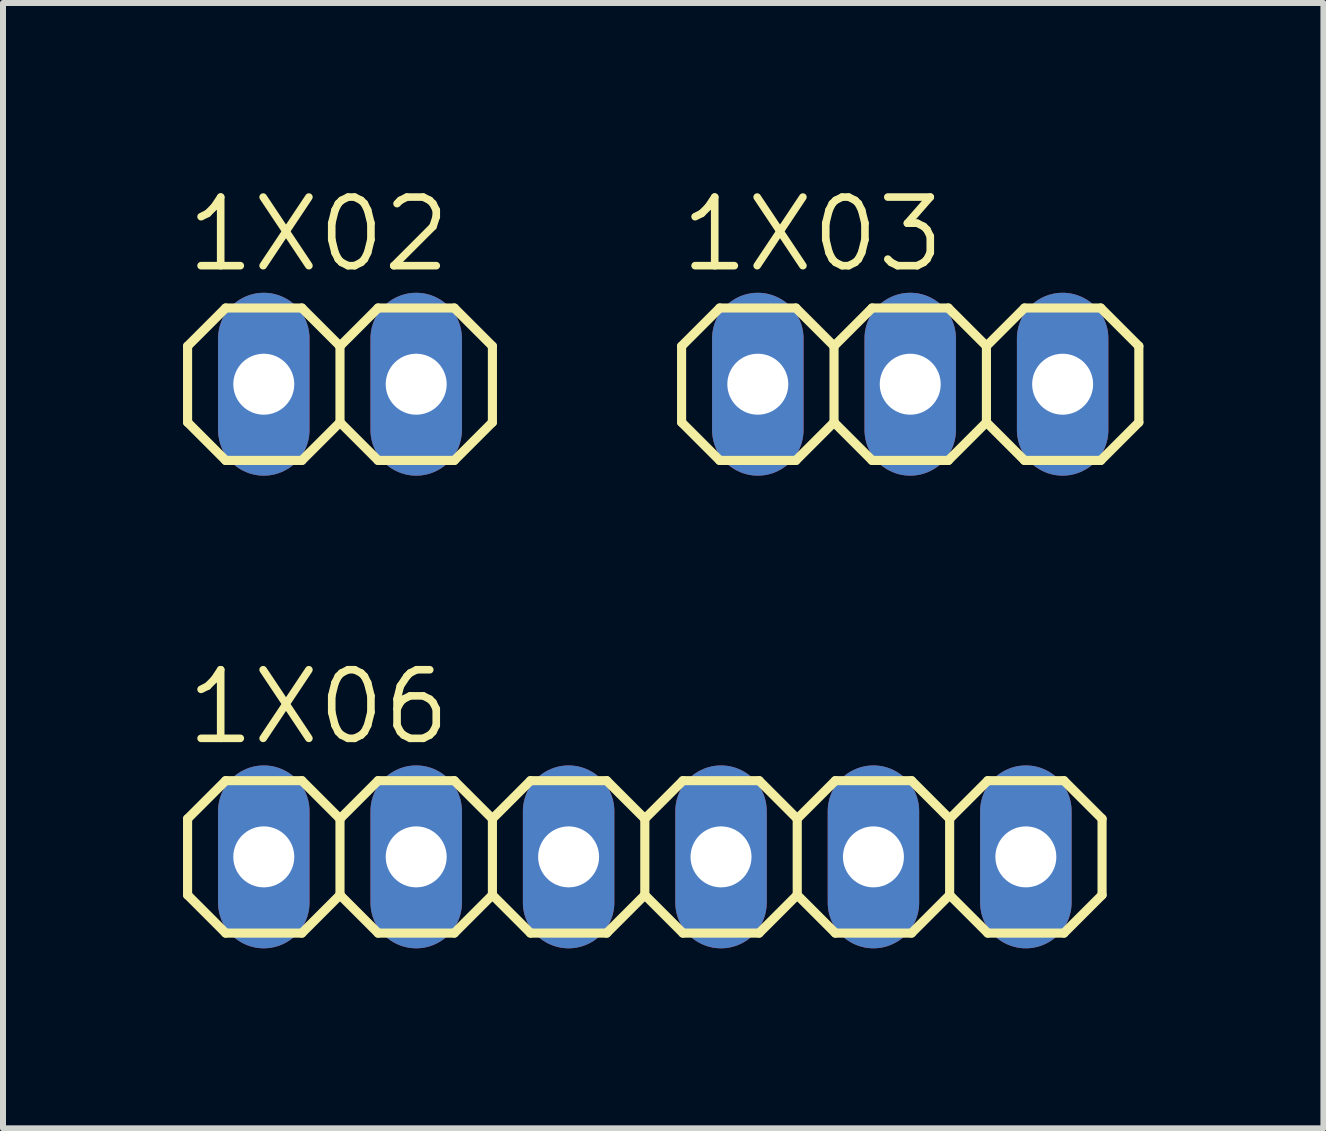
<source format=kicad_pcb>
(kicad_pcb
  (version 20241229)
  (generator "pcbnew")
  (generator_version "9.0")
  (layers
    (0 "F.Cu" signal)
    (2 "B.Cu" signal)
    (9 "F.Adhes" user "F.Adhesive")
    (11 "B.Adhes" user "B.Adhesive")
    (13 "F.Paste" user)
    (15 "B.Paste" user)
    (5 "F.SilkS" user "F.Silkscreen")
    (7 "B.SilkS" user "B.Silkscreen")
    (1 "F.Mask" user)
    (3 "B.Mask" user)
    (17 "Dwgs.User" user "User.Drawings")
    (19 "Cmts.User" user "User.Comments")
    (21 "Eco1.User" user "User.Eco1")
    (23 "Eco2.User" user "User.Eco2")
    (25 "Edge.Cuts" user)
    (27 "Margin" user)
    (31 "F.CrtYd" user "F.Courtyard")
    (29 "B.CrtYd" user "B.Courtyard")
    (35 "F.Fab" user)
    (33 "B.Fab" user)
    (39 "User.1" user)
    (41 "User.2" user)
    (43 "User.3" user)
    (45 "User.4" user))
  (footprint "1X02"
    (layer "F.Cu")
    (at 2.616 3.353)
    (property "Reference" "1X02" (at -2.616 -1.829 0) (layer "F.SilkS") (effects (font (size 1.143 1.143) (thickness 0.127)) (justify left bottom)))
    (fp_line (start -2.54 -0.635) (end -2.54 0.635) (stroke (width 0.152) (type solid)) (layer "F.SilkS"))
    (fp_line (start -2.54 0.635) (end -1.905 1.27) (stroke (width 0.152) (type solid)) (layer "F.SilkS"))
    (fp_line (start -1.905 -1.27) (end -2.54 -0.635) (stroke (width 0.152) (type solid)) (layer "F.SilkS"))
    (fp_line (start -1.905 -1.27) (end -0.635 -1.27) (stroke (width 0.152) (type solid)) (layer "F.SilkS"))
    (fp_line (start -0.635 -1.27) (end 0 -0.635) (stroke (width 0.152) (type solid)) (layer "F.SilkS"))
    (fp_line (start -0.635 1.27) (end -1.905 1.27) (stroke (width 0.152) (type solid)) (layer "F.SilkS"))
    (fp_line (start 0 -0.635) (end 0 0.635) (stroke (width 0.152) (type solid)) (layer "F.SilkS"))
    (fp_line (start 0 -0.635) (end 0.635 -1.27) (stroke (width 0.152) (type solid)) (layer "F.SilkS"))
    (fp_line (start 0 0.635) (end -0.635 1.27) (stroke (width 0.152) (type solid)) (layer "F.SilkS"))
    (fp_line (start 0.635 -1.27) (end 1.905 -1.27) (stroke (width 0.152) (type solid)) (layer "F.SilkS"))
    (fp_line (start 0.635 1.27) (end 0 0.635) (stroke (width 0.152) (type solid)) (layer "F.SilkS"))
    (fp_line (start 1.905 -1.27) (end 2.54 -0.635) (stroke (width 0.152) (type solid)) (layer "F.SilkS"))
    (fp_line (start 1.905 1.27) (end 0.635 1.27) (stroke (width 0.152) (type solid)) (layer "F.SilkS"))
    (fp_line (start 2.54 -0.635) (end 2.54 0.635) (stroke (width 0.152) (type solid)) (layer "F.SilkS"))
    (fp_line (start 2.54 0.635) (end 1.905 1.27) (stroke (width 0.152) (type solid)) (layer "F.SilkS"))
    (fp_poly (pts (xy -1.524 0.254) (xy -1.016 0.254) (xy -1.016 -0.254) (xy -1.524 -0.254)) (stroke (width 0.1) (type solid)) (fill no) (layer "F.Fab"))
    (fp_poly (pts (xy 1.016 0.254) (xy 1.524 0.254) (xy 1.524 -0.254) (xy 1.016 -0.254)) (stroke (width 0.1) (type solid)) (fill no) (layer "F.Fab"))
    (pad "1" thru_hole oval (at -1.27 0 90) (size 3.048 1.524) (drill 1.016) (layers "*.Cu" "*.Mask"))
    (pad "2" thru_hole oval (at 1.27 0 90) (size 3.048 1.524) (drill 1.016) (layers "*.Cu" "*.Mask")))
  (footprint "1X03"
    (layer "F.Cu")
    (at 12.119 3.353)
    (property "Reference" "1X03" (at -3.886 -1.829 0) (layer "F.SilkS") (effects (font (size 1.143 1.143) (thickness 0.127)) (justify left bottom)))
    (fp_line (start -3.81 -0.635) (end -3.81 0.635) (stroke (width 0.152) (type solid)) (layer "F.SilkS"))
    (fp_line (start -3.81 0.635) (end -3.175 1.27) (stroke (width 0.152) (type solid)) (layer "F.SilkS"))
    (fp_line (start -3.175 -1.27) (end -3.81 -0.635) (stroke (width 0.152) (type solid)) (layer "F.SilkS"))
    (fp_line (start -3.175 -1.27) (end -1.905 -1.27) (stroke (width 0.152) (type solid)) (layer "F.SilkS"))
    (fp_line (start -1.905 -1.27) (end -1.27 -0.635) (stroke (width 0.152) (type solid)) (layer "F.SilkS"))
    (fp_line (start -1.905 1.27) (end -3.175 1.27) (stroke (width 0.152) (type solid)) (layer "F.SilkS"))
    (fp_line (start -1.27 -0.635) (end -1.27 0.635) (stroke (width 0.152) (type solid)) (layer "F.SilkS"))
    (fp_line (start -1.27 -0.635) (end -0.635 -1.27) (stroke (width 0.152) (type solid)) (layer "F.SilkS"))
    (fp_line (start -1.27 0.635) (end -1.905 1.27) (stroke (width 0.152) (type solid)) (layer "F.SilkS"))
    (fp_line (start -0.635 -1.27) (end 0.635 -1.27) (stroke (width 0.152) (type solid)) (layer "F.SilkS"))
    (fp_line (start -0.635 1.27) (end -1.27 0.635) (stroke (width 0.152) (type solid)) (layer "F.SilkS"))
    (fp_line (start 0.635 -1.27) (end 1.27 -0.635) (stroke (width 0.152) (type solid)) (layer "F.SilkS"))
    (fp_line (start 0.635 1.27) (end -0.635 1.27) (stroke (width 0.152) (type solid)) (layer "F.SilkS"))
    (fp_line (start 1.27 -0.635) (end 1.27 0.635) (stroke (width 0.152) (type solid)) (layer "F.SilkS"))
    (fp_line (start 1.27 -0.635) (end 1.905 -1.27) (stroke (width 0.152) (type solid)) (layer "F.SilkS"))
    (fp_line (start 1.27 0.635) (end 0.635 1.27) (stroke (width 0.152) (type solid)) (layer "F.SilkS"))
    (fp_line (start 1.905 -1.27) (end 3.175 -1.27) (stroke (width 0.152) (type solid)) (layer "F.SilkS"))
    (fp_line (start 1.905 1.27) (end 1.27 0.635) (stroke (width 0.152) (type solid)) (layer "F.SilkS"))
    (fp_line (start 3.175 -1.27) (end 3.81 -0.635) (stroke (width 0.152) (type solid)) (layer "F.SilkS"))
    (fp_line (start 3.175 1.27) (end 1.905 1.27) (stroke (width 0.152) (type solid)) (layer "F.SilkS"))
    (fp_line (start 3.81 -0.635) (end 3.81 0.635) (stroke (width 0.152) (type solid)) (layer "F.SilkS"))
    (fp_line (start 3.81 0.635) (end 3.175 1.27) (stroke (width 0.152) (type solid)) (layer "F.SilkS"))
    (fp_poly (pts (xy -2.794 0.254) (xy -2.286 0.254) (xy -2.286 -0.254) (xy -2.794 -0.254)) (stroke (width 0.1) (type solid)) (fill no) (layer "F.Fab"))
    (fp_poly (pts (xy -0.254 0.254) (xy 0.254 0.254) (xy 0.254 -0.254) (xy -0.254 -0.254)) (stroke (width 0.1) (type solid)) (fill no) (layer "F.Fab"))
    (fp_poly (pts (xy 2.286 0.254) (xy 2.794 0.254) (xy 2.794 -0.254) (xy 2.286 -0.254)) (stroke (width 0.1) (type solid)) (fill no) (layer "F.Fab"))
    (pad "1" thru_hole oval (at -2.54 0 90) (size 3.048 1.524) (drill 1.016) (layers "*.Cu" "*.Mask"))
    (pad "2" thru_hole oval (at 0 0 90) (size 3.048 1.524) (drill 1.016) (layers "*.Cu" "*.Mask"))
    (pad "3" thru_hole oval (at 2.54 0 90) (size 3.048 1.524) (drill 1.016) (layers "*.Cu" "*.Mask")))
  (footprint "1X06"
    (layer "F.Cu")
    (at 7.696 11.23)
    (property "Reference" "1X06" (at -7.696 -1.829 0) (layer "F.SilkS") (effects (font (size 1.143 1.143) (thickness 0.127)) (justify left bottom)))
    (fp_line (start -7.62 -0.635) (end -7.62 0.635) (stroke (width 0.152) (type solid)) (layer "F.SilkS"))
    (fp_line (start -7.62 0.635) (end -6.985 1.27) (stroke (width 0.152) (type solid)) (layer "F.SilkS"))
    (fp_line (start -6.985 -1.27) (end -7.62 -0.635) (stroke (width 0.152) (type solid)) (layer "F.SilkS"))
    (fp_line (start -6.985 -1.27) (end -5.715 -1.27) (stroke (width 0.152) (type solid)) (layer "F.SilkS"))
    (fp_line (start -5.715 -1.27) (end -5.08 -0.635) (stroke (width 0.152) (type solid)) (layer "F.SilkS"))
    (fp_line (start -5.715 1.27) (end -6.985 1.27) (stroke (width 0.152) (type solid)) (layer "F.SilkS"))
    (fp_line (start -5.08 -0.635) (end -5.08 0.635) (stroke (width 0.152) (type solid)) (layer "F.SilkS"))
    (fp_line (start -5.08 -0.635) (end -4.445 -1.27) (stroke (width 0.152) (type solid)) (layer "F.SilkS"))
    (fp_line (start -5.08 0.635) (end -5.715 1.27) (stroke (width 0.152) (type solid)) (layer "F.SilkS"))
    (fp_line (start -4.445 -1.27) (end -3.175 -1.27) (stroke (width 0.152) (type solid)) (layer "F.SilkS"))
    (fp_line (start -4.445 1.27) (end -5.08 0.635) (stroke (width 0.152) (type solid)) (layer "F.SilkS"))
    (fp_line (start -3.175 -1.27) (end -2.54 -0.635) (stroke (width 0.152) (type solid)) (layer "F.SilkS"))
    (fp_line (start -3.175 1.27) (end -4.445 1.27) (stroke (width 0.152) (type solid)) (layer "F.SilkS"))
    (fp_line (start -2.54 -0.635) (end -2.54 0.635) (stroke (width 0.152) (type solid)) (layer "F.SilkS"))
    (fp_line (start -2.54 -0.635) (end -1.905 -1.27) (stroke (width 0.152) (type solid)) (layer "F.SilkS"))
    (fp_line (start -2.54 0.635) (end -3.175 1.27) (stroke (width 0.152) (type solid)) (layer "F.SilkS"))
    (fp_line (start -1.905 -1.27) (end -0.635 -1.27) (stroke (width 0.152) (type solid)) (layer "F.SilkS"))
    (fp_line (start -1.905 1.27) (end -2.54 0.635) (stroke (width 0.152) (type solid)) (layer "F.SilkS"))
    (fp_line (start -0.635 -1.27) (end 0 -0.635) (stroke (width 0.152) (type solid)) (layer "F.SilkS"))
    (fp_line (start -0.635 1.27) (end -1.905 1.27) (stroke (width 0.152) (type solid)) (layer "F.SilkS"))
    (fp_line (start 0 -0.635) (end 0 0.635) (stroke (width 0.152) (type solid)) (layer "F.SilkS"))
    (fp_line (start 0 0.635) (end -0.635 1.27) (stroke (width 0.152) (type solid)) (layer "F.SilkS"))
    (fp_line (start 0 0.635) (end 0.635 1.27) (stroke (width 0.152) (type solid)) (layer "F.SilkS"))
    (fp_line (start 0.635 -1.27) (end 0 -0.635) (stroke (width 0.152) (type solid)) (layer "F.SilkS"))
    (fp_line (start 0.635 -1.27) (end 1.905 -1.27) (stroke (width 0.152) (type solid)) (layer "F.SilkS"))
    (fp_line (start 1.905 -1.27) (end 2.54 -0.635) (stroke (width 0.152) (type solid)) (layer "F.SilkS"))
    (fp_line (start 1.905 1.27) (end 0.635 1.27) (stroke (width 0.152) (type solid)) (layer "F.SilkS"))
    (fp_line (start 2.54 -0.635) (end 2.54 0.635) (stroke (width 0.152) (type solid)) (layer "F.SilkS"))
    (fp_line (start 2.54 -0.635) (end 3.175 -1.27) (stroke (width 0.152) (type solid)) (layer "F.SilkS"))
    (fp_line (start 2.54 0.635) (end 1.905 1.27) (stroke (width 0.152) (type solid)) (layer "F.SilkS"))
    (fp_line (start 3.175 -1.27) (end 4.445 -1.27) (stroke (width 0.152) (type solid)) (layer "F.SilkS"))
    (fp_line (start 3.175 1.27) (end 2.54 0.635) (stroke (width 0.152) (type solid)) (layer "F.SilkS"))
    (fp_line (start 4.445 -1.27) (end 5.08 -0.635) (stroke (width 0.152) (type solid)) (layer "F.SilkS"))
    (fp_line (start 4.445 1.27) (end 3.175 1.27) (stroke (width 0.152) (type solid)) (layer "F.SilkS"))
    (fp_line (start 5.08 -0.635) (end 5.08 0.635) (stroke (width 0.152) (type solid)) (layer "F.SilkS"))
    (fp_line (start 5.08 0.635) (end 4.445 1.27) (stroke (width 0.152) (type solid)) (layer "F.SilkS"))
    (fp_line (start 5.08 0.635) (end 5.715 1.27) (stroke (width 0.152) (type solid)) (layer "F.SilkS"))
    (fp_line (start 5.715 -1.27) (end 5.08 -0.635) (stroke (width 0.152) (type solid)) (layer "F.SilkS"))
    (fp_line (start 5.715 -1.27) (end 6.985 -1.27) (stroke (width 0.152) (type solid)) (layer "F.SilkS"))
    (fp_line (start 6.985 -1.27) (end 7.62 -0.635) (stroke (width 0.152) (type solid)) (layer "F.SilkS"))
    (fp_line (start 6.985 1.27) (end 5.715 1.27) (stroke (width 0.152) (type solid)) (layer "F.SilkS"))
    (fp_line (start 7.62 -0.635) (end 7.62 0.635) (stroke (width 0.152) (type solid)) (layer "F.SilkS"))
    (fp_line (start 7.62 0.635) (end 6.985 1.27) (stroke (width 0.152) (type solid)) (layer "F.SilkS"))
    (fp_poly (pts (xy -6.604 0.254) (xy -6.096 0.254) (xy -6.096 -0.254) (xy -6.604 -0.254)) (stroke (width 0.1) (type solid)) (fill no) (layer "F.Fab"))
    (fp_poly (pts (xy -4.064 0.254) (xy -3.556 0.254) (xy -3.556 -0.254) (xy -4.064 -0.254)) (stroke (width 0.1) (type solid)) (fill no) (layer "F.Fab"))
    (fp_poly (pts (xy -1.524 0.254) (xy -1.016 0.254) (xy -1.016 -0.254) (xy -1.524 -0.254)) (stroke (width 0.1) (type solid)) (fill no) (layer "F.Fab"))
    (fp_poly (pts (xy 1.016 0.254) (xy 1.524 0.254) (xy 1.524 -0.254) (xy 1.016 -0.254)) (stroke (width 0.1) (type solid)) (fill no) (layer "F.Fab"))
    (fp_poly (pts (xy 3.556 0.254) (xy 4.064 0.254) (xy 4.064 -0.254) (xy 3.556 -0.254)) (stroke (width 0.1) (type solid)) (fill no) (layer "F.Fab"))
    (fp_poly (pts (xy 6.096 0.254) (xy 6.604 0.254) (xy 6.604 -0.254) (xy 6.096 -0.254)) (stroke (width 0.1) (type solid)) (fill no) (layer "F.Fab"))
    (pad "1" thru_hole oval (at -6.35 0 90) (size 3.048 1.524) (drill 1.016) (layers "*.Cu" "*.Mask"))
    (pad "2" thru_hole oval (at -3.81 0 90) (size 3.048 1.524) (drill 1.016) (layers "*.Cu" "*.Mask"))
    (pad "3" thru_hole oval (at -1.27 0 90) (size 3.048 1.524) (drill 1.016) (layers "*.Cu" "*.Mask"))
    (pad "4" thru_hole oval (at 1.27 0 90) (size 3.048 1.524) (drill 1.016) (layers "*.Cu" "*.Mask"))
    (pad "5" thru_hole oval (at 3.81 0 90) (size 3.048 1.524) (drill 1.016) (layers "*.Cu" "*.Mask"))
    (pad "6" thru_hole oval (at 6.35 0 90) (size 3.048 1.524) (drill 1.016) (layers "*.Cu" "*.Mask")))
  (gr_rect
    (start -3 -3)
    (end 19.005 15.754)
    (stroke (width 0.1) (type default))
    (fill no)
    (layer "Edge.Cuts")))
</source>
